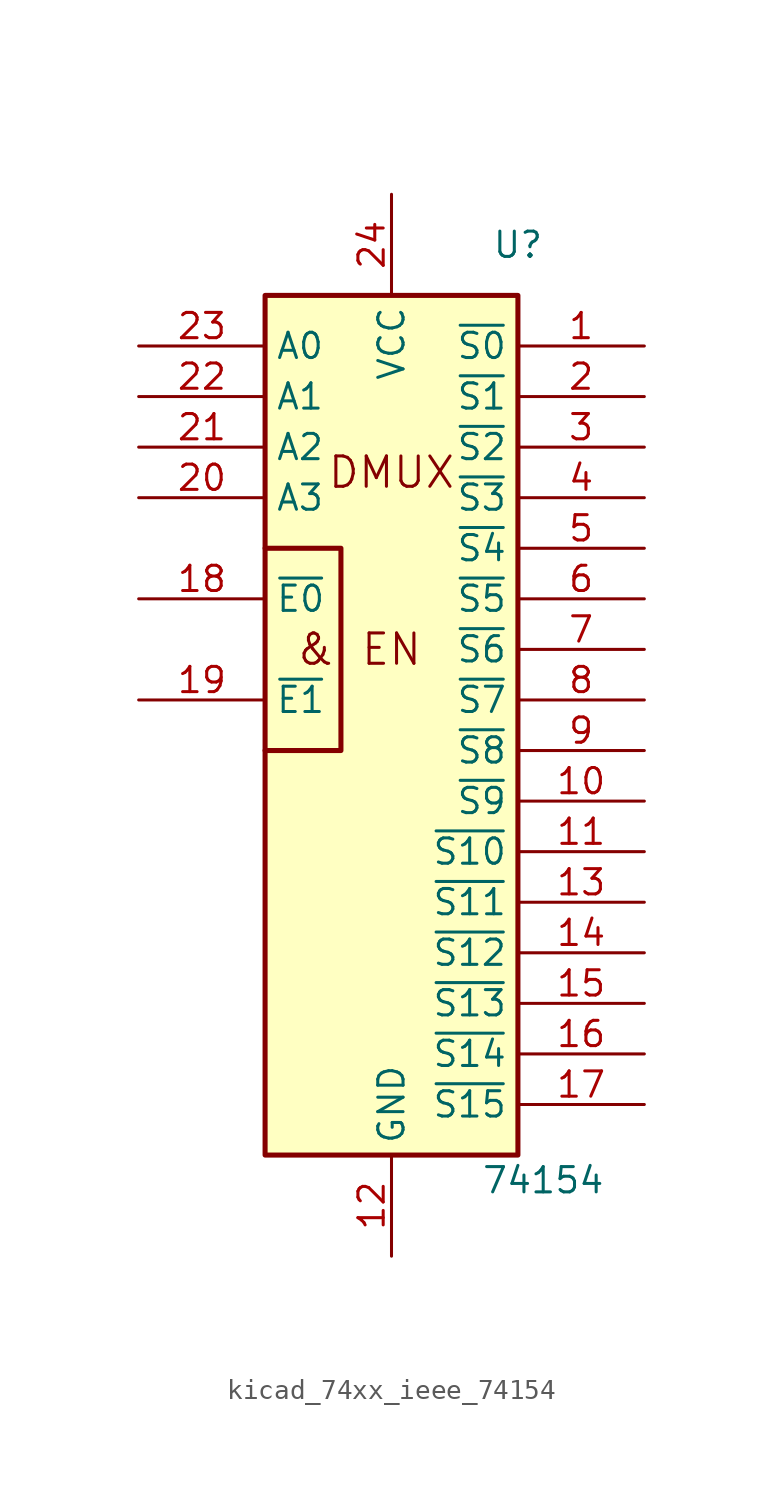
<source format=kicad_sym>
(kicad_symbol_lib
  (version 20220914)
  (generator kicad_symbol_editor)
  (symbol "kicad_74xx_ieee_74154"
    (property "Reference" "U"
      (at 6.35 25.4 0)
      (effects (font (size 1.27 1.27))))
    (property "Value" "74154"
      (at 7.62 -21.59 0)
      (effects (font (size 1.27 1.27))))
    (symbol "kicad_74xx_ieee_74154_0_0"
      (rectangle (start -6.35 22.86) (end 6.35 -20.32) (stroke (width 0.254) (type default)) (fill (type background)))
      (polyline (pts (xy -6.35 10.16) (xy -2.54 10.16) (xy -2.54 0) (xy -6.35 0) (xy -6.35 0)) (stroke (width 0.254) (type default)) (fill (type background)))
      (text "&" (at -3.81 5.08 0) (effects (font (size 1.524 1.524))))
      (text "DMUX" (at 0 13.97 0) (effects (font (size 1.524 1.524))))
      (text "EN" (at 0 5.08 0) (effects (font (size 1.524 1.524))))
      (pin power_in line (at 0 -25.4 90) (length 5.08) (name "GND" (effects (font (size 1.27 1.27)))) (number "12" (effects (font (size 1.27 1.27)))))
      (pin power_in line (at 0 27.94 270) (length 5.08) (name "VCC" (effects (font (size 1.27 1.27)))) (number "24" (effects (font (size 1.27 1.27))))))
    (symbol "kicad_74xx_ieee_74154_1_1"
      (pin output line (at 12.7 20.32 180) (length 6.35) (name "~{S0}" (effects (font (size 1.27 1.27)))) (number "1" (effects (font (size 1.27 1.27)))))
      (pin output line (at 12.7 -2.54 180) (length 6.35) (name "~{S9}" (effects (font (size 1.27 1.27)))) (number "10" (effects (font (size 1.27 1.27)))))
      (pin output line (at 12.7 -5.08 180) (length 6.35) (name "~{S10}" (effects (font (size 1.27 1.27)))) (number "11" (effects (font (size 1.27 1.27)))))
      (pin output line (at 12.7 -7.62 180) (length 6.35) (name "~{S11}" (effects (font (size 1.27 1.27)))) (number "13" (effects (font (size 1.27 1.27)))))
      (pin output line (at 12.7 -10.16 180) (length 6.35) (name "~{S12}" (effects (font (size 1.27 1.27)))) (number "14" (effects (font (size 1.27 1.27)))))
      (pin input line (at 12.7 -12.7 180) (length 6.35) (name "~{S13}" (effects (font (size 1.27 1.27)))) (number "15" (effects (font (size 1.27 1.27)))))
      (pin output line (at 12.7 -15.24 180) (length 6.35) (name "~{S14}" (effects (font (size 1.27 1.27)))) (number "16" (effects (font (size 1.27 1.27)))))
      (pin output line (at 12.7 -17.78 180) (length 6.35) (name "~{S15}" (effects (font (size 1.27 1.27)))) (number "17" (effects (font (size 1.27 1.27)))))
      (pin input line (at -12.7 7.62 0) (length 6.35) (name "~{E0}" (effects (font (size 1.27 1.27)))) (number "18" (effects (font (size 1.27 1.27)))))
      (pin input line (at -12.7 2.54 0) (length 6.35) (name "~{E1}" (effects (font (size 1.27 1.27)))) (number "19" (effects (font (size 1.27 1.27)))))
      (pin output line (at 12.7 17.78 180) (length 6.35) (name "~{S1}" (effects (font (size 1.27 1.27)))) (number "2" (effects (font (size 1.27 1.27)))))
      (pin input line (at -12.7 12.7 0) (length 6.35) (name "A3" (effects (font (size 1.27 1.27)))) (number "20" (effects (font (size 1.27 1.27)))))
      (pin input line (at -12.7 15.24 0) (length 6.35) (name "A2" (effects (font (size 1.27 1.27)))) (number "21" (effects (font (size 1.27 1.27)))))
      (pin input line (at -12.7 17.78 0) (length 6.35) (name "A1" (effects (font (size 1.27 1.27)))) (number "22" (effects (font (size 1.27 1.27)))))
      (pin input line (at -12.7 20.32 0) (length 6.35) (name "A0" (effects (font (size 1.27 1.27)))) (number "23" (effects (font (size 1.27 1.27)))))
      (pin output line (at 12.7 15.24 180) (length 6.35) (name "~{S2}" (effects (font (size 1.27 1.27)))) (number "3" (effects (font (size 1.27 1.27)))))
      (pin output line (at 12.7 12.7 180) (length 6.35) (name "~{S3}" (effects (font (size 1.27 1.27)))) (number "4" (effects (font (size 1.27 1.27)))))
      (pin output line (at 12.7 10.16 180) (length 6.35) (name "~{S4}" (effects (font (size 1.27 1.27)))) (number "5" (effects (font (size 1.27 1.27)))))
      (pin output line (at 12.7 7.62 180) (length 6.35) (name "~{S5}" (effects (font (size 1.27 1.27)))) (number "6" (effects (font (size 1.27 1.27)))))
      (pin output line (at 12.7 5.08 180) (length 6.35) (name "~{S6}" (effects (font (size 1.27 1.27)))) (number "7" (effects (font (size 1.27 1.27)))))
      (pin output line (at 12.7 2.54 180) (length 6.35) (name "~{S7}" (effects (font (size 1.27 1.27)))) (number "8" (effects (font (size 1.27 1.27)))))
      (pin output line (at 12.7 0 180) (length 6.35) (name "~{S8}" (effects (font (size 1.27 1.27)))) (number "9" (effects (font (size 1.27 1.27))))))))
</source>
